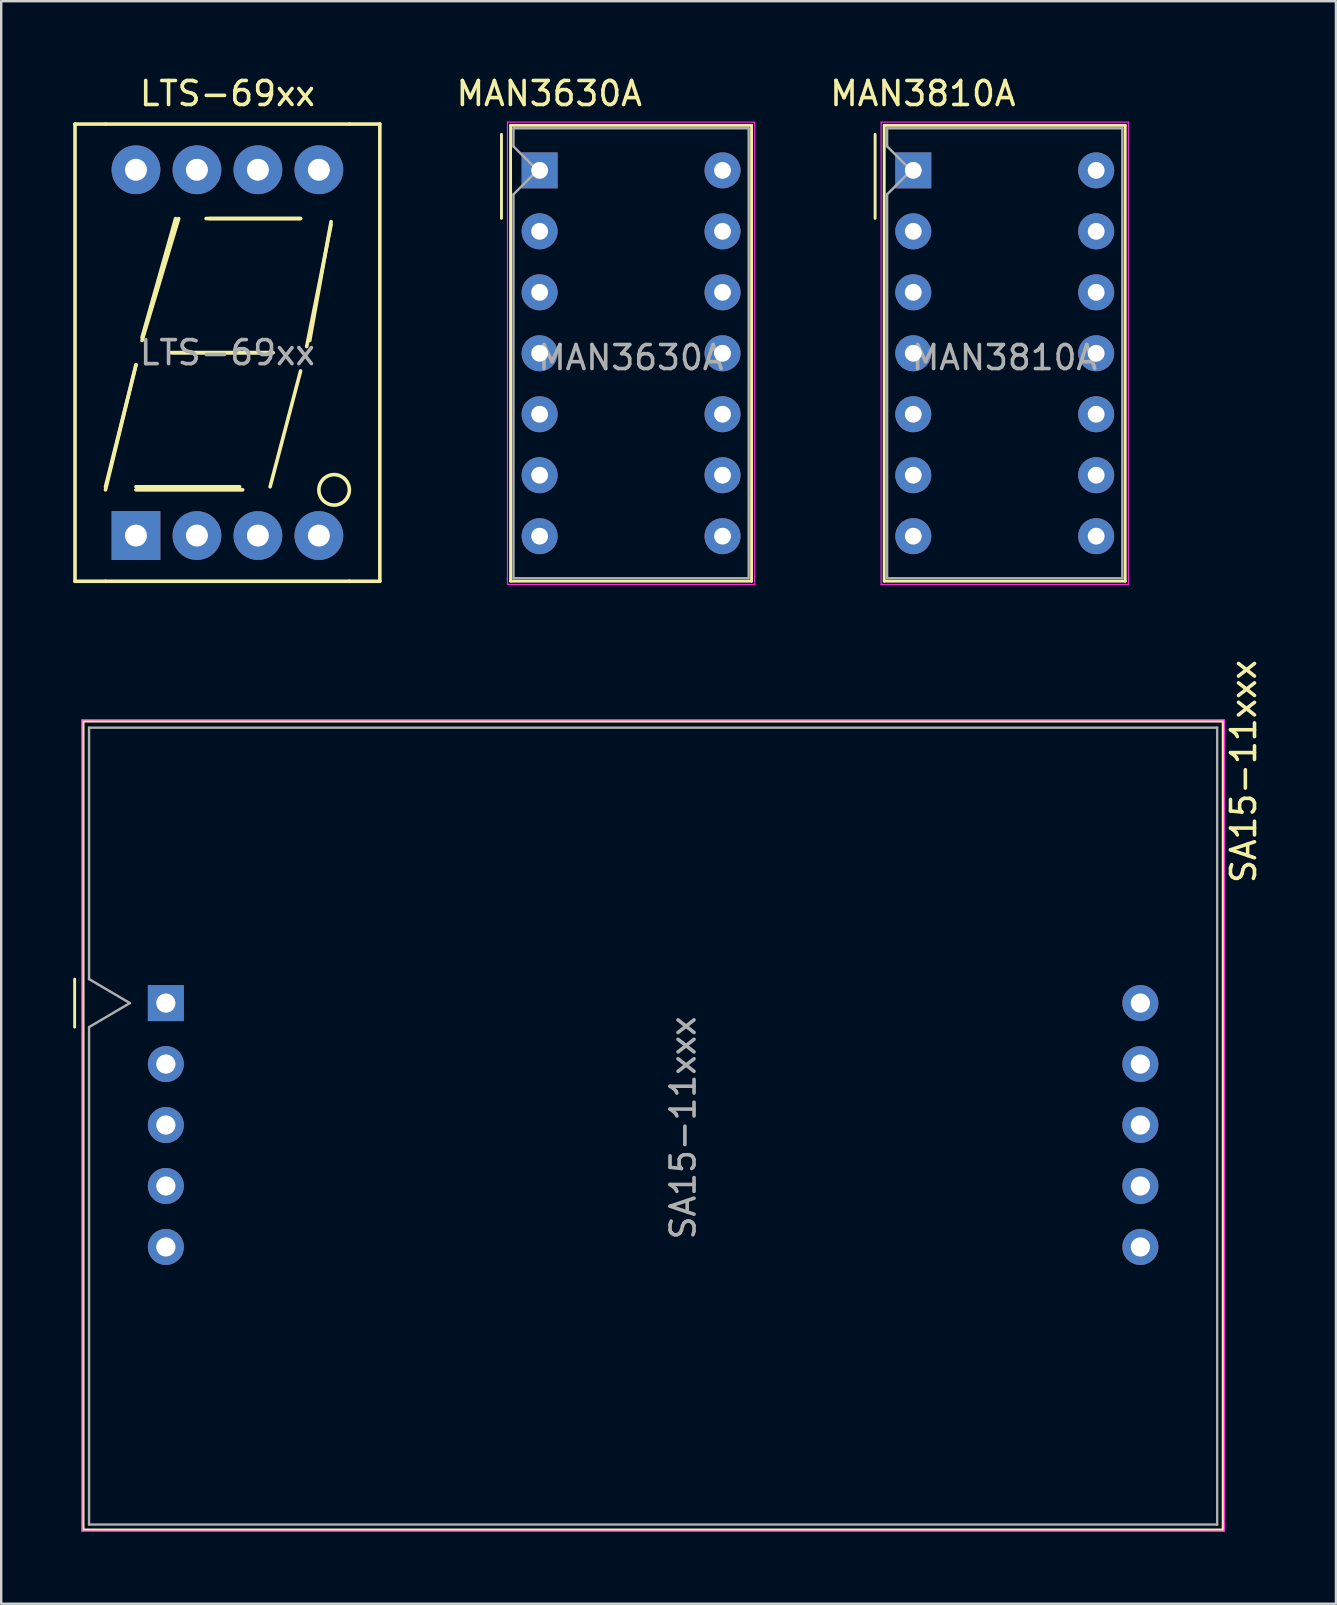
<source format=kicad_pcb>
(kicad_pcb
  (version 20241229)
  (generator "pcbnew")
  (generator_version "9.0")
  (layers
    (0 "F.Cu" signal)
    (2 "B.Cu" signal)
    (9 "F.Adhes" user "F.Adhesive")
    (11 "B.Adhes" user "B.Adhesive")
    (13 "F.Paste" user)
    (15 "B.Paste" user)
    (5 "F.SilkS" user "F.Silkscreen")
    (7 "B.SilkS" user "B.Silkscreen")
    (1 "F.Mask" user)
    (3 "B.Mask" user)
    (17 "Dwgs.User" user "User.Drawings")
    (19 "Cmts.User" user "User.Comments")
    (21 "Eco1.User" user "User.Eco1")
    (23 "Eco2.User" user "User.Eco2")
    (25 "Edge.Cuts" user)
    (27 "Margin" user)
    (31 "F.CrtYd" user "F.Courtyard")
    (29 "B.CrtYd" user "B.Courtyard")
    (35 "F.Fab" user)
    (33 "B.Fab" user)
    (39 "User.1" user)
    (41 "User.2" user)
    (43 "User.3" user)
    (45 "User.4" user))
  (footprint "LTS-69xx"
    (layer "F.Cu")
    (at 6.425 11.643)
    (property "Reference" "LTS-69xx" (at 0 -10.795 0) (layer "F.SilkS") (effects (font (size 1 1) (thickness 0.15))))
    (attr through_hole)
    (fp_line (start -6.35 -9.525) (end -6.35 9.525) (stroke (width 0.15) (type solid)) (layer "F.SilkS"))
    (fp_line (start -6.35 9.525) (end -5.08 9.525) (stroke (width 0.15) (type solid)) (layer "F.SilkS"))
    (fp_line (start -5.08 -9.525) (end -6.35 -9.525) (stroke (width 0.15) (type solid)) (layer "F.SilkS"))
    (fp_line (start -5.08 9.525) (end 5.08 9.525) (stroke (width 0.15) (type solid)) (layer "F.SilkS"))
    (fp_line (start -3.81 0.508) (end -5.08 5.588) (stroke (width 0.15) (type solid)) (layer "F.SilkS"))
    (fp_line (start -3.81 0.508) (end -5.08 5.715) (stroke (width 0.15) (type solid)) (layer "F.SilkS"))
    (fp_line (start -3.81 5.588) (end 0.508 5.588) (stroke (width 0.15) (type solid)) (layer "F.SilkS"))
    (fp_line (start -3.81 5.715) (end 0.635 5.715) (stroke (width 0.15) (type solid)) (layer "F.SilkS"))
    (fp_line (start -3.556 -0.635) (end -2.159 -5.588) (stroke (width 0.15) (type solid)) (layer "F.SilkS"))
    (fp_line (start -2.413 0) (end 1.905 0) (stroke (width 0.15) (type solid)) (layer "F.SilkS"))
    (fp_line (start -2.286 0) (end 1.778 0) (stroke (width 0.15) (type solid)) (layer "F.SilkS"))
    (fp_line (start -2.032 -5.588) (end -3.556 -0.508) (stroke (width 0.15) (type solid)) (layer "F.SilkS"))
    (fp_line (start -0.889 -5.588) (end 3.048 -5.588) (stroke (width 0.15) (type solid)) (layer "F.SilkS"))
    (fp_line (start -0.762 -5.588) (end 3.048 -5.588) (stroke (width 0.15) (type solid)) (layer "F.SilkS"))
    (fp_line (start 3.048 0.762) (end 1.778 5.588) (stroke (width 0.15) (type solid)) (layer "F.SilkS"))
    (fp_line (start 3.429 -0.508) (end 4.318 -5.461) (stroke (width 0.15) (type solid)) (layer "F.SilkS"))
    (fp_line (start 4.318 -5.334) (end 3.302 -0.254) (stroke (width 0.15) (type solid)) (layer "F.SilkS"))
    (fp_line (start 5.08 -9.525) (end -5.08 -9.525) (stroke (width 0.15) (type solid)) (layer "F.SilkS"))
    (fp_line (start 5.08 9.525) (end 6.35 9.525) (stroke (width 0.15) (type solid)) (layer "F.SilkS"))
    (fp_line (start 6.35 -9.525) (end 5.08 -9.525) (stroke (width 0.15) (type solid)) (layer "F.SilkS"))
    (fp_line (start 6.35 9.525) (end 6.35 -9.525) (stroke (width 0.15) (type solid)) (layer "F.SilkS"))
    (fp_circle (center 4.445 5.715) (end 5.08 5.715) (stroke (width 0.15) (type solid)) (fill no) (layer "F.SilkS"))
    (fp_text user "${REFERENCE}" (at 0 0 0) (layer "F.Fab") (effects (font (size 1 1) (thickness 0.15))))
    (pad "1" thru_hole rect (at -3.81 7.62) (size 2.032 2.032) (drill 0.914) (layers "*.Cu" "*.Mask"))
    (pad "2" thru_hole circle (at -1.27 7.62) (size 2.032 2.032) (drill 0.914) (layers "*.Cu" "*.Mask"))
    (pad "3" thru_hole circle (at 1.27 7.62) (size 2.032 2.032) (drill 0.914) (layers "*.Cu" "*.Mask"))
    (pad "4" thru_hole circle (at 3.81 7.62) (size 2.032 2.032) (drill 0.914) (layers "*.Cu" "*.Mask"))
    (pad "5" thru_hole circle (at 3.81 -7.62) (size 2.032 2.032) (drill 0.914) (layers "*.Cu" "*.Mask"))
    (pad "6" thru_hole circle (at 1.27 -7.62) (size 2.032 2.032) (drill 0.914) (layers "*.Cu" "*.Mask"))
    (pad "7" thru_hole circle (at -1.27 -7.62) (size 2.032 2.032) (drill 0.914) (layers "*.Cu" "*.Mask"))
    (pad "8" thru_hole circle (at -3.81 -7.62) (size 2.032 2.032) (drill 0.914) (layers "*.Cu" "*.Mask")))
  (footprint "MAN3810A"
    (layer "F.Cu")
    (at 34.999 4.048)
    (property "Reference" "MAN3810A" (at 0.4 -3.2 0) (layer "F.SilkS") (effects (font (size 1 1) (thickness 0.15))))
    (attr through_hole)
    (fp_line (start -1.59 -1.5) (end -1.59 2) (stroke (width 0.12) (type solid)) (layer "F.SilkS"))
    (fp_line (start -1.21 -1.875) (end 8.83 -1.875) (stroke (width 0.12) (type solid)) (layer "F.SilkS"))
    (fp_line (start -1.21 17.115) (end -1.21 -1.875) (stroke (width 0.12) (type solid)) (layer "F.SilkS"))
    (fp_line (start 8.83 -1.875) (end 8.83 17.115) (stroke (width 0.12) (type solid)) (layer "F.SilkS"))
    (fp_line (start 8.83 17.115) (end -1.21 17.115) (stroke (width 0.12) (type solid)) (layer "F.SilkS"))
    (fp_line (start -1.34 -2.01) (end 8.96 -2.01) (stroke (width 0.05) (type solid)) (layer "F.CrtYd"))
    (fp_line (start -1.34 17.25) (end -1.34 -2.01) (stroke (width 0.05) (type solid)) (layer "F.CrtYd"))
    (fp_line (start 8.96 -2.01) (end 8.96 17.25) (stroke (width 0.05) (type solid)) (layer "F.CrtYd"))
    (fp_line (start 8.96 17.25) (end -1.34 17.25) (stroke (width 0.05) (type solid)) (layer "F.CrtYd"))
    (fp_line (start -1.09 -1.755) (end 8.71 -1.755) (stroke (width 0.1) (type solid)) (layer "F.Fab"))
    (fp_line (start -1.09 -1) (end -1.09 -1.755) (stroke (width 0.1) (type solid)) (layer "F.Fab"))
    (fp_line (start -1.09 1) (end -0.09 0) (stroke (width 0.1) (type solid)) (layer "F.Fab"))
    (fp_line (start -1.09 16.995) (end -1.09 1) (stroke (width 0.1) (type solid)) (layer "F.Fab"))
    (fp_line (start -0.09 0) (end -1.09 -1) (stroke (width 0.1) (type solid)) (layer "F.Fab"))
    (fp_line (start 8.71 -1.755) (end 8.71 16.995) (stroke (width 0.1) (type solid)) (layer "F.Fab"))
    (fp_line (start 8.71 16.995) (end -1.09 16.995) (stroke (width 0.1) (type solid)) (layer "F.Fab"))
    (fp_text user "${REFERENCE}" (at 3.8 7.8 0) (layer "F.Fab") (effects (font (size 1 1) (thickness 0.15))))
    (pad "1" thru_hole rect (at 0 0) (size 1.5 1.5) (drill 0.7) (layers "*.Cu" "*.Mask"))
    (pad "2" thru_hole circle (at 0 2.54) (size 1.5 1.5) (drill 0.7) (layers "*.Cu" "*.Mask"))
    (pad "3" thru_hole circle (at 0 5.08) (size 1.5 1.5) (drill 0.7) (layers "*.Cu" "*.Mask"))
    (pad "4" thru_hole circle (at 0 7.62) (size 1.5 1.5) (drill 0.7) (layers "*.Cu" "*.Mask"))
    (pad "5" thru_hole circle (at 0 10.16) (size 1.5 1.5) (drill 0.7) (layers "*.Cu" "*.Mask"))
    (pad "6" thru_hole circle (at 0 12.7) (size 1.5 1.5) (drill 0.7) (layers "*.Cu" "*.Mask"))
    (pad "7" thru_hole circle (at 0 15.24) (size 1.5 1.5) (drill 0.7) (layers "*.Cu" "*.Mask"))
    (pad "8" thru_hole circle (at 7.62 15.24) (size 1.5 1.5) (drill 0.7) (layers "*.Cu" "*.Mask"))
    (pad "9" thru_hole circle (at 7.62 12.7) (size 1.5 1.5) (drill 0.7) (layers "*.Cu" "*.Mask"))
    (pad "10" thru_hole circle (at 7.62 10.16) (size 1.5 1.5) (drill 0.7) (layers "*.Cu" "*.Mask"))
    (pad "11" thru_hole circle (at 7.62 7.62) (size 1.5 1.5) (drill 0.7) (layers "*.Cu" "*.Mask"))
    (pad "12" thru_hole circle (at 7.62 5.08) (size 1.5 1.5) (drill 0.7) (layers "*.Cu" "*.Mask"))
    (pad "13" thru_hole circle (at 7.62 2.54) (size 1.5 1.5) (drill 0.7) (layers "*.Cu" "*.Mask"))
    (pad "14" thru_hole circle (at 7.62 0) (size 1.5 1.5) (drill 0.7) (layers "*.Cu" "*.Mask")))
  (footprint "MAN3630A"
    (layer "F.Cu")
    (at 19.432 4.048)
    (property "Reference" "MAN3630A" (at 0.4 -3.2 0) (layer "F.SilkS") (effects (font (size 1 1) (thickness 0.15))))
    (attr through_hole)
    (fp_line (start -1.59 -1.5) (end -1.59 2) (stroke (width 0.12) (type solid)) (layer "F.SilkS"))
    (fp_line (start -1.21 -1.875) (end 8.83 -1.875) (stroke (width 0.12) (type solid)) (layer "F.SilkS"))
    (fp_line (start -1.21 17.115) (end -1.21 -1.875) (stroke (width 0.12) (type solid)) (layer "F.SilkS"))
    (fp_line (start 8.83 -1.875) (end 8.83 17.115) (stroke (width 0.12) (type solid)) (layer "F.SilkS"))
    (fp_line (start 8.83 17.115) (end -1.21 17.115) (stroke (width 0.12) (type solid)) (layer "F.SilkS"))
    (fp_line (start -1.34 -2.01) (end 8.96 -2.01) (stroke (width 0.05) (type solid)) (layer "F.CrtYd"))
    (fp_line (start -1.34 17.25) (end -1.34 -2.01) (stroke (width 0.05) (type solid)) (layer "F.CrtYd"))
    (fp_line (start 8.96 -2.01) (end 8.96 17.25) (stroke (width 0.05) (type solid)) (layer "F.CrtYd"))
    (fp_line (start 8.96 17.25) (end -1.34 17.25) (stroke (width 0.05) (type solid)) (layer "F.CrtYd"))
    (fp_line (start -1.09 -1.755) (end 8.71 -1.755) (stroke (width 0.1) (type solid)) (layer "F.Fab"))
    (fp_line (start -1.09 -1) (end -1.09 -1.755) (stroke (width 0.1) (type solid)) (layer "F.Fab"))
    (fp_line (start -1.09 1) (end -0.09 0) (stroke (width 0.1) (type solid)) (layer "F.Fab"))
    (fp_line (start -1.09 16.995) (end -1.09 1) (stroke (width 0.1) (type solid)) (layer "F.Fab"))
    (fp_line (start -0.09 0) (end -1.09 -1) (stroke (width 0.1) (type solid)) (layer "F.Fab"))
    (fp_line (start 8.71 -1.755) (end 8.71 16.995) (stroke (width 0.1) (type solid)) (layer "F.Fab"))
    (fp_line (start 8.71 16.995) (end -1.09 16.995) (stroke (width 0.1) (type solid)) (layer "F.Fab"))
    (fp_text user "${REFERENCE}" (at 3.8 7.8 0) (layer "F.Fab") (effects (font (size 1 1) (thickness 0.15))))
    (pad "1" thru_hole rect (at 0 0) (size 1.5 1.5) (drill 0.7) (layers "*.Cu" "*.Mask"))
    (pad "2" thru_hole circle (at 0 2.54) (size 1.5 1.5) (drill 0.7) (layers "*.Cu" "*.Mask"))
    (pad "3" thru_hole circle (at 0 5.08) (size 1.5 1.5) (drill 0.7) (layers "*.Cu" "*.Mask"))
    (pad "4" thru_hole circle (at 0 7.62) (size 1.5 1.5) (drill 0.7) (layers "*.Cu" "*.Mask"))
    (pad "5" thru_hole circle (at 0 10.16) (size 1.5 1.5) (drill 0.7) (layers "*.Cu" "*.Mask"))
    (pad "6" thru_hole circle (at 0 12.7) (size 1.5 1.5) (drill 0.7) (layers "*.Cu" "*.Mask"))
    (pad "7" thru_hole circle (at 0 15.24) (size 1.5 1.5) (drill 0.7) (layers "*.Cu" "*.Mask"))
    (pad "8" thru_hole circle (at 7.62 15.24) (size 1.5 1.5) (drill 0.7) (layers "*.Cu" "*.Mask"))
    (pad "9" thru_hole circle (at 7.62 12.7) (size 1.5 1.5) (drill 0.7) (layers "*.Cu" "*.Mask"))
    (pad "10" thru_hole circle (at 7.62 10.16) (size 1.5 1.5) (drill 0.7) (layers "*.Cu" "*.Mask"))
    (pad "11" thru_hole circle (at 7.62 7.62) (size 1.5 1.5) (drill 0.7) (layers "*.Cu" "*.Mask"))
    (pad "12" thru_hole circle (at 7.62 5.08) (size 1.5 1.5) (drill 0.7) (layers "*.Cu" "*.Mask"))
    (pad "13" thru_hole circle (at 7.62 2.54) (size 1.5 1.5) (drill 0.7) (layers "*.Cu" "*.Mask"))
    (pad "14" thru_hole circle (at 7.62 0) (size 1.5 1.5) (drill 0.7) (layers "*.Cu" "*.Mask")))
  (footprint "SA15-11xxx"
    (layer "F.Cu")
    (at 3.86 38.741)
    (property "Reference" "SA15-11xxx" (at 44.9 -9.65 270) (layer "F.SilkS") (effects (font (size 1 1) (thickness 0.15))))
    (attr through_hole)
    (fp_line (start -3.8 -1) (end -3.8 1) (stroke (width 0.12) (type solid)) (layer "F.SilkS"))
    (fp_line (start -3.45 -11.75) (end 44.05 -11.75) (stroke (width 0.12) (type solid)) (layer "F.SilkS"))
    (fp_line (start -3.45 21.95) (end -3.45 -11.75) (stroke (width 0.12) (type solid)) (layer "F.SilkS"))
    (fp_line (start 44.05 -11.75) (end 44.05 21.95) (stroke (width 0.12) (type solid)) (layer "F.SilkS"))
    (fp_line (start 44.05 21.95) (end -3.45 21.95) (stroke (width 0.12) (type solid)) (layer "F.SilkS"))
    (fp_line (start -3.5 -11.8) (end 44.1 -11.8) (stroke (width 0.05) (type solid)) (layer "F.CrtYd"))
    (fp_line (start -3.5 22) (end -3.5 -11.8) (stroke (width 0.05) (type solid)) (layer "F.CrtYd"))
    (fp_line (start 44.1 -11.8) (end 44.1 22) (stroke (width 0.05) (type solid)) (layer "F.CrtYd"))
    (fp_line (start 44.1 22) (end -3.5 22) (stroke (width 0.05) (type solid)) (layer "F.CrtYd"))
    (fp_line (start -3.2 -11.475) (end -3.2 -1) (stroke (width 0.1) (type solid)) (layer "F.Fab"))
    (fp_line (start -3.2 -1) (end -1.5 0) (stroke (width 0.1) (type solid)) (layer "F.Fab"))
    (fp_line (start -3.2 1) (end -3.2 21.725) (stroke (width 0.1) (type solid)) (layer "F.Fab"))
    (fp_line (start -3.2 21.725) (end 43.8 21.725) (stroke (width 0.1) (type solid)) (layer "F.Fab"))
    (fp_line (start -1.5 0) (end -3.2 1) (stroke (width 0.1) (type solid)) (layer "F.Fab"))
    (fp_line (start 43.8 -11.475) (end -3.2 -11.475) (stroke (width 0.1) (type solid)) (layer "F.Fab"))
    (fp_line (start 43.8 21.725) (end 43.8 -11.475) (stroke (width 0.1) (type solid)) (layer "F.Fab"))
    (fp_text user "${REFERENCE}" (at 21.55 5.2 270) (layer "F.Fab") (effects (font (size 1 1) (thickness 0.15))))
    (pad "1" thru_hole rect (at 0 0 270) (size 1.5 1.5) (drill 0.8) (layers "*.Cu" "*.Mask"))
    (pad "2" thru_hole circle (at 0 2.54 270) (size 1.5 1.5) (drill 0.8) (layers "*.Cu" "*.Mask"))
    (pad "3" thru_hole circle (at 0 5.08 270) (size 1.5 1.5) (drill 0.8) (layers "*.Cu" "*.Mask"))
    (pad "4" thru_hole circle (at 0 7.62 270) (size 1.5 1.5) (drill 0.8) (layers "*.Cu" "*.Mask"))
    (pad "5" thru_hole circle (at 0 10.16 270) (size 1.5 1.5) (drill 0.8) (layers "*.Cu" "*.Mask"))
    (pad "6" thru_hole circle (at 40.6 10.16 270) (size 1.5 1.5) (drill 0.8) (layers "*.Cu" "*.Mask"))
    (pad "7" thru_hole circle (at 40.6 7.62 270) (size 1.5 1.5) (drill 0.8) (layers "*.Cu" "*.Mask"))
    (pad "8" thru_hole circle (at 40.6 5.08 270) (size 1.5 1.5) (drill 0.8) (layers "*.Cu" "*.Mask"))
    (pad "9" thru_hole circle (at 40.6 2.54 270) (size 1.5 1.5) (drill 0.8) (layers "*.Cu" "*.Mask"))
    (pad "10" thru_hole circle (at 40.6 0 270) (size 1.5 1.5) (drill 0.8) (layers "*.Cu" "*.Mask")))
  (gr_rect
    (start -3 -3)
    (end 52.608 63.766)
    (stroke (width 0.1) (type default))
    (fill no)
    (layer "Edge.Cuts")))
</source>
